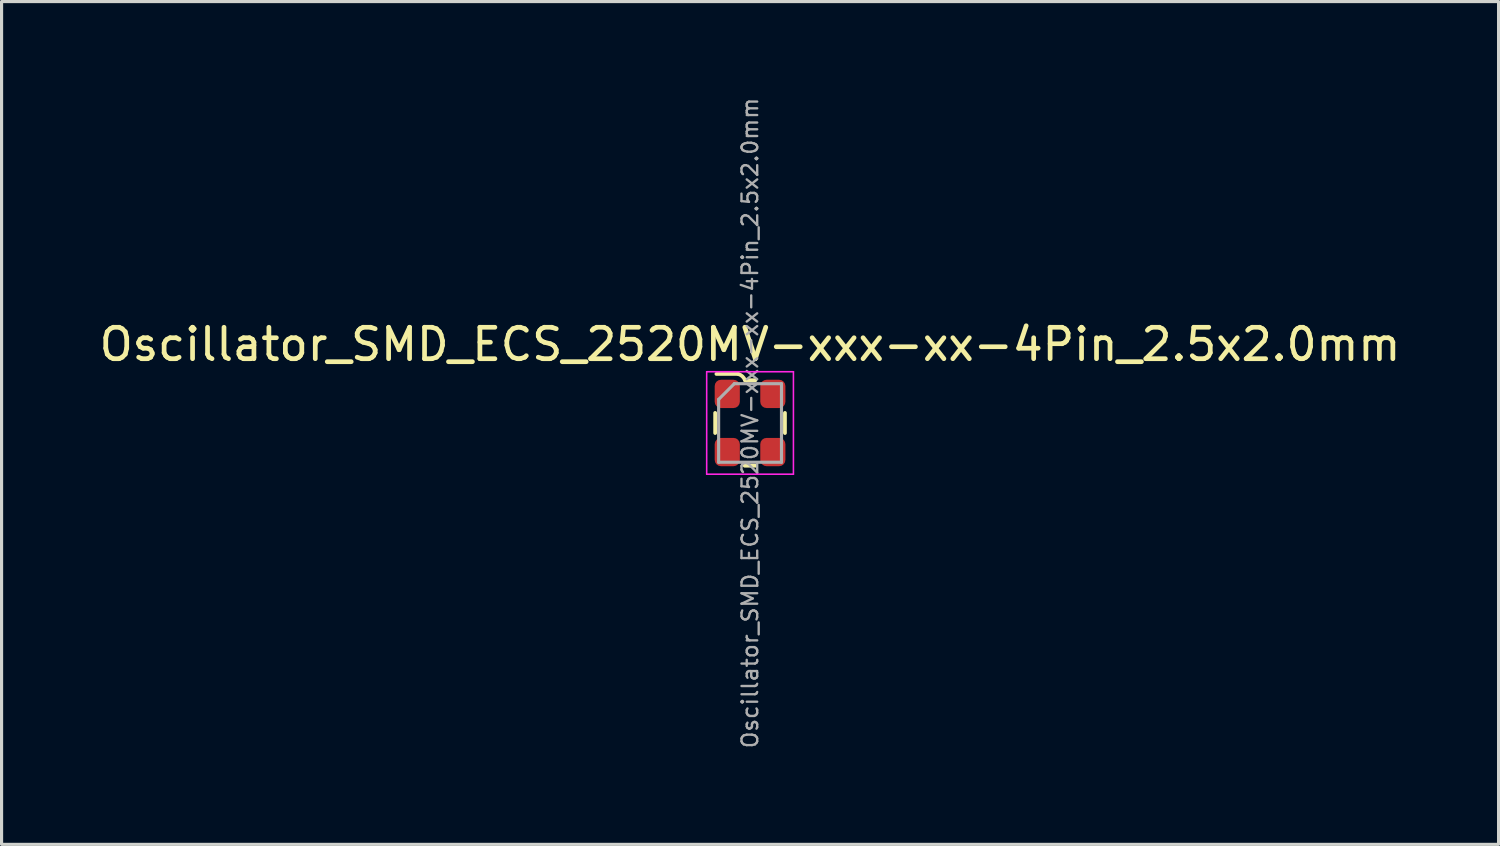
<source format=kicad_pcb>
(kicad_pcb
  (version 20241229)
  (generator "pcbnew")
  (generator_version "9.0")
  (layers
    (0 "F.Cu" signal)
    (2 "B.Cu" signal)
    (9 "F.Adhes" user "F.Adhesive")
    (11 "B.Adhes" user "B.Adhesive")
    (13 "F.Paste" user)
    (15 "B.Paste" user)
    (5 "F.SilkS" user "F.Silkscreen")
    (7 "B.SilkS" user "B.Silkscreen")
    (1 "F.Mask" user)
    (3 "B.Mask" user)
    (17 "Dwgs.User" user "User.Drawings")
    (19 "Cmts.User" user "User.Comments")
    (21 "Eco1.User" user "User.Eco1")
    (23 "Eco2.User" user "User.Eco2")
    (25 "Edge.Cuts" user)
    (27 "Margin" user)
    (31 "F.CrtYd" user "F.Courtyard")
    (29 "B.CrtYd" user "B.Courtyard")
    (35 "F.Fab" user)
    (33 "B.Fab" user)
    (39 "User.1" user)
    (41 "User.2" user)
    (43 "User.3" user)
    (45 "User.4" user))
  (footprint "Oscillator_SMD_ECS_2520MV-xxx-xx-4Pin_2.5x2.0mm"
    (layer "F.Cu")
    (at 20.815 10.408)
    (property "Reference" "Oscillator_SMD_ECS_2520MV-xxx-xx-4Pin_2.5x2.0mm" (at 0 -2.5 0) (layer "F.SilkS") (effects (font (size 1 1) (thickness 0.15))))
    (attr smd)
    (fp_line (start -1.11 0.32) (end -1.11 -0.32) (stroke (width 0.12) (type solid)) (layer "F.SilkS"))
    (fp_line (start -0.38 -1.56) (end -1.07 -1.56) (stroke (width 0.12) (type solid)) (layer "F.SilkS"))
    (fp_line (start -0.17 1.36) (end 0.17 1.36) (stroke (width 0.12) (type solid)) (layer "F.SilkS"))
    (fp_line (start -0.16 -1.36) (end 0.17 -1.36) (stroke (width 0.12) (type solid)) (layer "F.SilkS"))
    (fp_line (start 1.11 0.32) (end 1.11 -0.32) (stroke (width 0.12) (type solid)) (layer "F.SilkS"))
    (fp_arc (start -0.38 -1.56) (mid -0.246393 -1.485967) (end -0.16 -1.36) (stroke (width 0.12) (type solid)) (layer "F.SilkS"))
    (fp_line (start -1.38 -1.63) (end -1.38 1.63) (stroke (width 0.05) (type solid)) (layer "F.CrtYd"))
    (fp_line (start -1.38 -1.63) (end 1.38 -1.63) (stroke (width 0.05) (type solid)) (layer "F.CrtYd"))
    (fp_line (start -1.38 1.63) (end 1.38 1.63) (stroke (width 0.05) (type solid)) (layer "F.CrtYd"))
    (fp_line (start 1.38 -1.63) (end 1.38 1.63) (stroke (width 0.05) (type solid)) (layer "F.CrtYd"))
    (fp_line (start -1 -0.75) (end -1 1.25) (stroke (width 0.1) (type solid)) (layer "F.Fab"))
    (fp_line (start -1 -0.75) (end -0.5 -1.25) (stroke (width 0.1) (type solid)) (layer "F.Fab"))
    (fp_line (start -1 1.25) (end 1 1.25) (stroke (width 0.1) (type solid)) (layer "F.Fab"))
    (fp_line (start -0.5 -1.25) (end 1 -1.25) (stroke (width 0.1) (type solid)) (layer "F.Fab"))
    (fp_line (start 1 -1.25) (end 1 1.25) (stroke (width 0.1) (type solid)) (layer "F.Fab"))
    (fp_text user "${REFERENCE}" (at 0 0 90) (layer "F.Fab") (effects (font (size 0.5 0.5) (thickness 0.075))))
    (pad "1" smd roundrect (at -0.725 -0.925) (size 0.8 0.9) (layers "F.Cu" "F.Mask" "F.Paste") (roundrect_rratio 0.25))
    (pad "2" smd roundrect (at -0.725 0.925) (size 0.8 0.9) (layers "F.Cu" "F.Mask" "F.Paste") (roundrect_rratio 0.25))
    (pad "3" smd roundrect (at 0.725 0.925) (size 0.8 0.9) (layers "F.Cu" "F.Mask" "F.Paste") (roundrect_rratio 0.25))
    (pad "4" smd roundrect (at 0.725 -0.925) (size 0.8 0.9) (layers "F.Cu" "F.Mask" "F.Paste") (roundrect_rratio 0.25)))
  (gr_rect
    (start -3 -3)
    (end 44.631 23.815)
    (stroke (width 0.1) (type default))
    (fill no)
    (layer "Edge.Cuts")))
</source>
